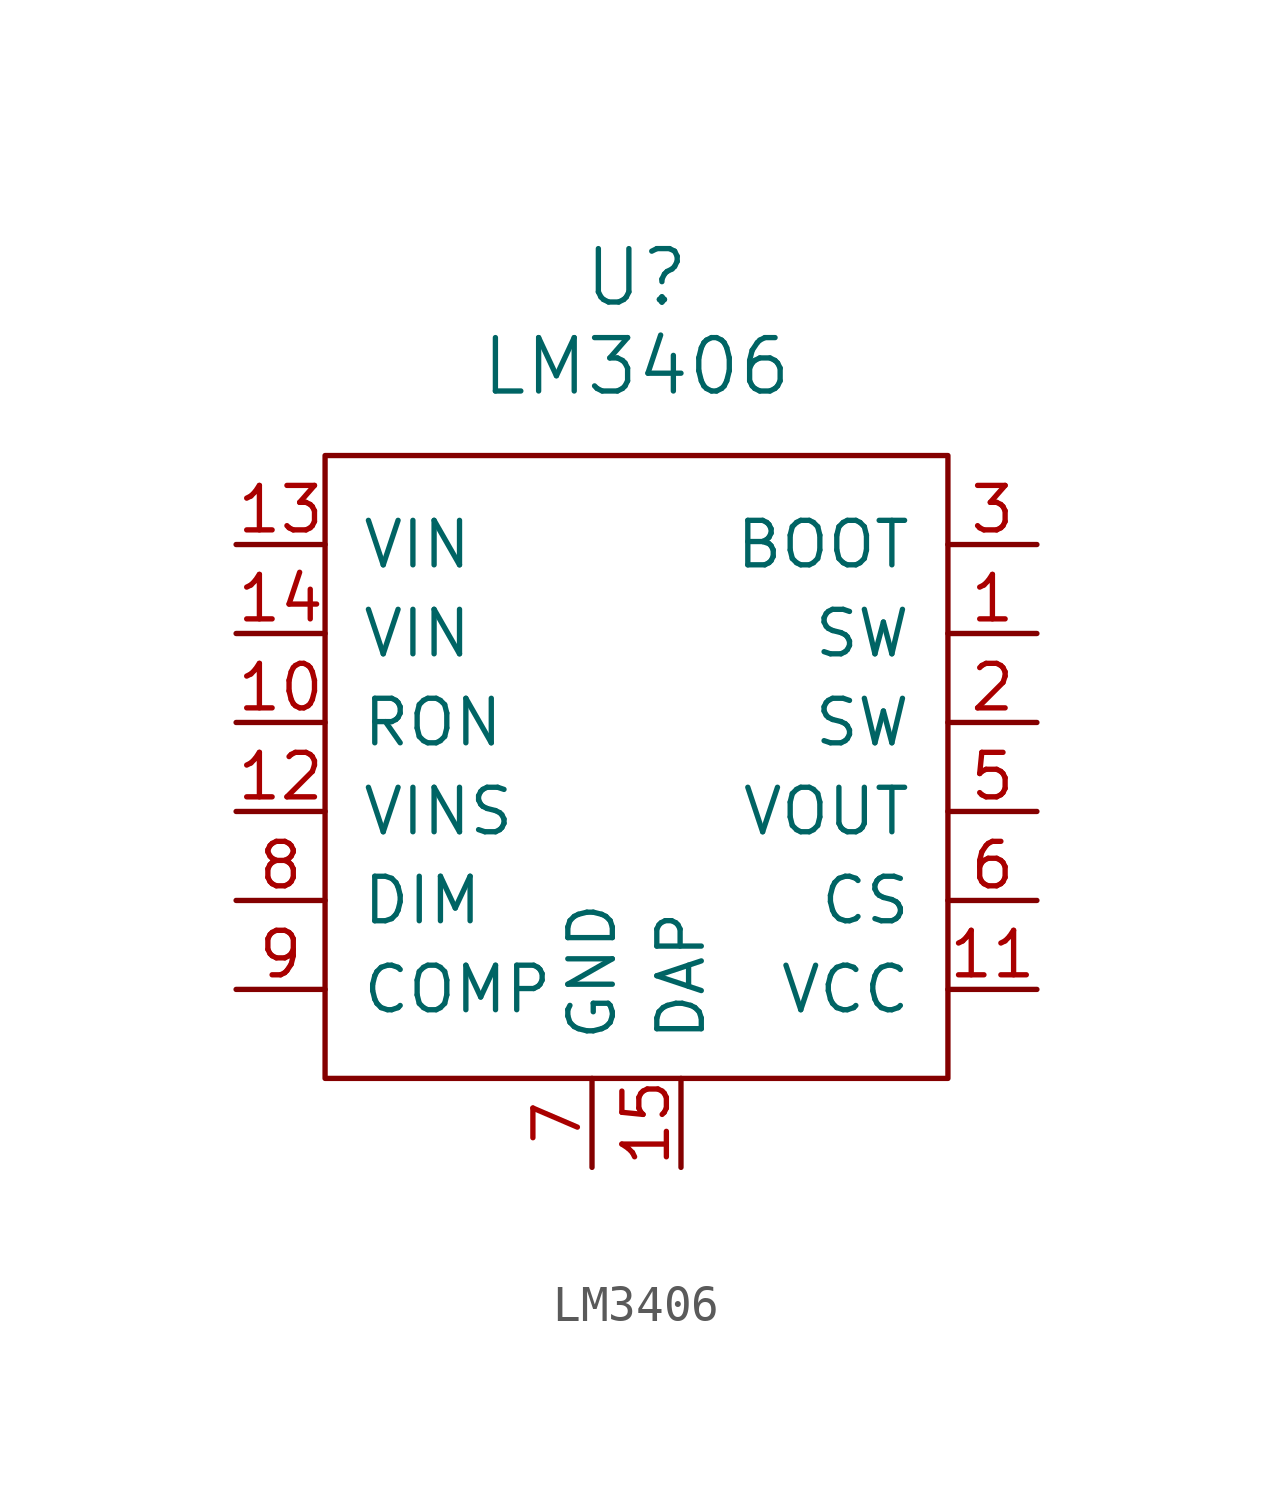
<source format=kicad_sym>
(kicad_symbol_lib
  (version 20220914)
  (generator kicad_symbol_editor)
  (symbol "LM3406"
    (pin_names
      (offset 1.016))
    (property "Reference" "U"
      (at 0 13.97 0)
      (effects (font (size 1.524 1.524))))
    (property "Value" "LM3406"
      (at 0 11.43 0)
      (effects (font (size 1.524 1.524))))
    (property "Footprint" ""
      (at 0 0 0)
      (effects (font (size 1.524 1.524))))
    (property "Datasheet" ""
      (at 0 0 0)
      (effects (font (size 1.524 1.524))))
    (symbol "LM3406_0_1"
      (rectangle (start 8.89 8.89) (end -8.89 -8.89) (stroke (width 0) (type solid)) (fill (type none))))
    (symbol "LM3406_1_1"
      (pin passive line (at 11.43 3.81 180) (length 2.54) (name "SW" (effects (font (size 1.27 1.27)))) (number "1" (effects (font (size 1.27 1.27)))))
      (pin passive line (at -11.43 1.27 0) (length 2.54) (name "RON" (effects (font (size 1.27 1.27)))) (number "10" (effects (font (size 1.27 1.27)))))
      (pin passive line (at 11.43 -6.35 180) (length 2.54) (name "VCC" (effects (font (size 1.27 1.27)))) (number "11" (effects (font (size 1.27 1.27)))))
      (pin passive line (at -11.43 -1.27 0) (length 2.54) (name "VINS" (effects (font (size 1.27 1.27)))) (number "12" (effects (font (size 1.27 1.27)))))
      (pin passive line (at -11.43 6.35 0) (length 2.54) (name "VIN" (effects (font (size 1.27 1.27)))) (number "13" (effects (font (size 1.27 1.27)))))
      (pin passive line (at -11.43 3.81 0) (length 2.54) (name "VIN" (effects (font (size 1.27 1.27)))) (number "14" (effects (font (size 1.27 1.27)))))
      (pin passive line (at 1.27 -11.43 90) (length 2.54) (name "DAP" (effects (font (size 1.27 1.27)))) (number "15" (effects (font (size 1.27 1.27)))))
      (pin passive line (at 11.43 1.27 180) (length 2.54) (name "SW" (effects (font (size 1.27 1.27)))) (number "2" (effects (font (size 1.27 1.27)))))
      (pin passive line (at 11.43 6.35 180) (length 2.54) (name "BOOT" (effects (font (size 1.27 1.27)))) (number "3" (effects (font (size 1.27 1.27)))))
      (pin passive line (at 11.43 -1.27 180) (length 2.54) (name "VOUT" (effects (font (size 1.27 1.27)))) (number "5" (effects (font (size 1.27 1.27)))))
      (pin passive line (at 11.43 -3.81 180) (length 2.54) (name "CS" (effects (font (size 1.27 1.27)))) (number "6" (effects (font (size 1.27 1.27)))))
      (pin passive line (at -1.27 -11.43 90) (length 2.54) (name "GND" (effects (font (size 1.27 1.27)))) (number "7" (effects (font (size 1.27 1.27)))))
      (pin passive line (at -11.43 -3.81 0) (length 2.54) (name "DIM" (effects (font (size 1.27 1.27)))) (number "8" (effects (font (size 1.27 1.27)))))
      (pin passive line (at -11.43 -6.35 0) (length 2.54) (name "COMP" (effects (font (size 1.27 1.27)))) (number "9" (effects (font (size 1.27 1.27))))))))
</source>
